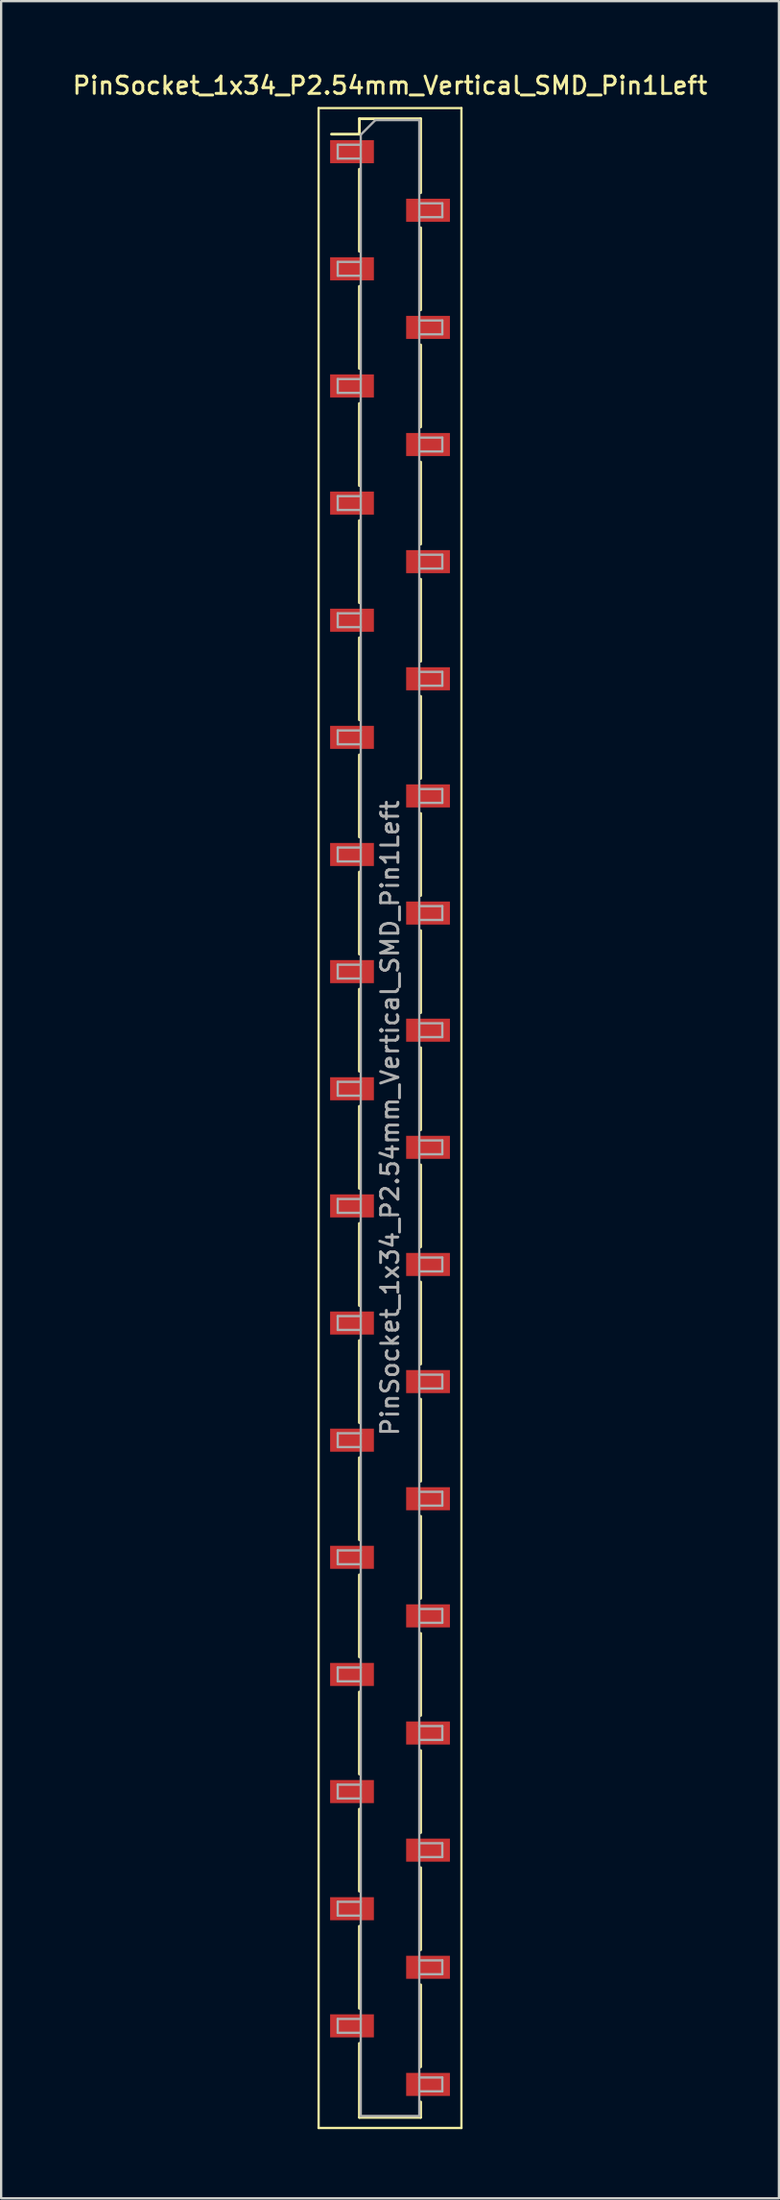
<source format=kicad_pcb>
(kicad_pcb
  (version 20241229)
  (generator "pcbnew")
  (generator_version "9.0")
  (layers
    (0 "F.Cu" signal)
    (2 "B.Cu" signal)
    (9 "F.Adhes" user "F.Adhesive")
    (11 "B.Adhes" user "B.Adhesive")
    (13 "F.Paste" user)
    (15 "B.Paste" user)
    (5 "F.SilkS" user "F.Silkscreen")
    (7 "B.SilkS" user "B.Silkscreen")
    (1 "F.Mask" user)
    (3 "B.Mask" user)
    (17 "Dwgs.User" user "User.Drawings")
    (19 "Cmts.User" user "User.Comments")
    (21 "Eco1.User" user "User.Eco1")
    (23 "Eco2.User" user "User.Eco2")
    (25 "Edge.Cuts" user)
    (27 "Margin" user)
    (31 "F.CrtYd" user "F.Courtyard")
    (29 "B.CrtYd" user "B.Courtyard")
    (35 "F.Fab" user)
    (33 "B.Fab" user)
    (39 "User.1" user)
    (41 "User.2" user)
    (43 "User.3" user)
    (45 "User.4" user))
  (footprint "PinSocket_1x34_P2.54mm_Vertical_SMD_Pin1Left"
    (layer "F.Cu")
    (at 13.88 45.438)
    (property "Reference" "PinSocket_1x34_P2.54mm_Vertical_SMD_Pin1Left" (at 0 -44.78 0) (layer "F.SilkS") (effects (font (size 0.75 0.75) (thickness 0.125))))
    (attr smd)
    (fp_line (start -3.1 -43.8) (end 3.1 -43.8) (stroke (width 0.1) (type solid)) (layer "F.SilkS"))
    (fp_line (start -3.1 43.8) (end -3.1 -43.8) (stroke (width 0.1) (type solid)) (layer "F.SilkS"))
    (fp_line (start -2.54 -42.67) (end -1.33 -42.67) (stroke (width 0.12) (type solid)) (layer "F.SilkS"))
    (fp_line (start -1.33 -43.34) (end -1.33 -42.67) (stroke (width 0.12) (type solid)) (layer "F.SilkS"))
    (fp_line (start -1.33 -43.34) (end 1.33 -43.34) (stroke (width 0.12) (type solid)) (layer "F.SilkS"))
    (fp_line (start -1.33 -41.15) (end -1.33 -37.59) (stroke (width 0.12) (type solid)) (layer "F.SilkS"))
    (fp_line (start -1.33 -36.07) (end -1.33 -32.51) (stroke (width 0.12) (type solid)) (layer "F.SilkS"))
    (fp_line (start -1.33 -30.99) (end -1.33 -27.43) (stroke (width 0.12) (type solid)) (layer "F.SilkS"))
    (fp_line (start -1.33 -25.91) (end -1.33 -22.35) (stroke (width 0.12) (type solid)) (layer "F.SilkS"))
    (fp_line (start -1.33 -20.83) (end -1.33 -17.27) (stroke (width 0.12) (type solid)) (layer "F.SilkS"))
    (fp_line (start -1.33 -15.75) (end -1.33 -12.19) (stroke (width 0.12) (type solid)) (layer "F.SilkS"))
    (fp_line (start -1.33 -10.67) (end -1.33 -7.11) (stroke (width 0.12) (type solid)) (layer "F.SilkS"))
    (fp_line (start -1.33 -5.59) (end -1.33 -2.03) (stroke (width 0.12) (type solid)) (layer "F.SilkS"))
    (fp_line (start -1.33 -0.51) (end -1.33 3.05) (stroke (width 0.12) (type solid)) (layer "F.SilkS"))
    (fp_line (start -1.33 4.57) (end -1.33 8.13) (stroke (width 0.12) (type solid)) (layer "F.SilkS"))
    (fp_line (start -1.33 9.65) (end -1.33 13.21) (stroke (width 0.12) (type solid)) (layer "F.SilkS"))
    (fp_line (start -1.33 14.73) (end -1.33 18.29) (stroke (width 0.12) (type solid)) (layer "F.SilkS"))
    (fp_line (start -1.33 19.81) (end -1.33 23.37) (stroke (width 0.12) (type solid)) (layer "F.SilkS"))
    (fp_line (start -1.33 24.89) (end -1.33 28.45) (stroke (width 0.12) (type solid)) (layer "F.SilkS"))
    (fp_line (start -1.33 29.97) (end -1.33 33.53) (stroke (width 0.12) (type solid)) (layer "F.SilkS"))
    (fp_line (start -1.33 35.05) (end -1.33 38.61) (stroke (width 0.12) (type solid)) (layer "F.SilkS"))
    (fp_line (start -1.33 40.13) (end -1.33 43.34) (stroke (width 0.12) (type solid)) (layer "F.SilkS"))
    (fp_line (start -1.33 43.34) (end 1.33 43.34) (stroke (width 0.12) (type solid)) (layer "F.SilkS"))
    (fp_line (start 1.33 -43.34) (end 1.33 -40.13) (stroke (width 0.12) (type solid)) (layer "F.SilkS"))
    (fp_line (start 1.33 -38.61) (end 1.33 -35.05) (stroke (width 0.12) (type solid)) (layer "F.SilkS"))
    (fp_line (start 1.33 -33.53) (end 1.33 -29.97) (stroke (width 0.12) (type solid)) (layer "F.SilkS"))
    (fp_line (start 1.33 -28.45) (end 1.33 -24.89) (stroke (width 0.12) (type solid)) (layer "F.SilkS"))
    (fp_line (start 1.33 -23.37) (end 1.33 -19.81) (stroke (width 0.12) (type solid)) (layer "F.SilkS"))
    (fp_line (start 1.33 -18.29) (end 1.33 -14.73) (stroke (width 0.12) (type solid)) (layer "F.SilkS"))
    (fp_line (start 1.33 -13.21) (end 1.33 -9.65) (stroke (width 0.12) (type solid)) (layer "F.SilkS"))
    (fp_line (start 1.33 -8.13) (end 1.33 -4.57) (stroke (width 0.12) (type solid)) (layer "F.SilkS"))
    (fp_line (start 1.33 -3.05) (end 1.33 0.51) (stroke (width 0.12) (type solid)) (layer "F.SilkS"))
    (fp_line (start 1.33 2.03) (end 1.33 5.59) (stroke (width 0.12) (type solid)) (layer "F.SilkS"))
    (fp_line (start 1.33 7.11) (end 1.33 10.67) (stroke (width 0.12) (type solid)) (layer "F.SilkS"))
    (fp_line (start 1.33 12.19) (end 1.33 15.75) (stroke (width 0.12) (type solid)) (layer "F.SilkS"))
    (fp_line (start 1.33 17.27) (end 1.33 20.83) (stroke (width 0.12) (type solid)) (layer "F.SilkS"))
    (fp_line (start 1.33 22.35) (end 1.33 25.91) (stroke (width 0.12) (type solid)) (layer "F.SilkS"))
    (fp_line (start 1.33 27.43) (end 1.33 30.99) (stroke (width 0.12) (type solid)) (layer "F.SilkS"))
    (fp_line (start 1.33 32.51) (end 1.33 36.07) (stroke (width 0.12) (type solid)) (layer "F.SilkS"))
    (fp_line (start 1.33 37.59) (end 1.33 41.15) (stroke (width 0.12) (type solid)) (layer "F.SilkS"))
    (fp_line (start 1.33 42.67) (end 1.33 43.34) (stroke (width 0.12) (type solid)) (layer "F.SilkS"))
    (fp_line (start 3.1 -43.8) (end 3.1 43.8) (stroke (width 0.1) (type solid)) (layer "F.SilkS"))
    (fp_line (start 3.1 43.8) (end -3.1 43.8) (stroke (width 0.1) (type solid)) (layer "F.SilkS"))
    (fp_line (start -2.27 -42.21) (end -1.27 -42.21) (stroke (width 0.1) (type solid)) (layer "F.Fab"))
    (fp_line (start -2.27 -41.61) (end -2.27 -42.21) (stroke (width 0.1) (type solid)) (layer "F.Fab"))
    (fp_line (start -2.27 -37.13) (end -1.27 -37.13) (stroke (width 0.1) (type solid)) (layer "F.Fab"))
    (fp_line (start -2.27 -36.53) (end -2.27 -37.13) (stroke (width 0.1) (type solid)) (layer "F.Fab"))
    (fp_line (start -2.27 -32.05) (end -1.27 -32.05) (stroke (width 0.1) (type solid)) (layer "F.Fab"))
    (fp_line (start -2.27 -31.45) (end -2.27 -32.05) (stroke (width 0.1) (type solid)) (layer "F.Fab"))
    (fp_line (start -2.27 -26.97) (end -1.27 -26.97) (stroke (width 0.1) (type solid)) (layer "F.Fab"))
    (fp_line (start -2.27 -26.37) (end -2.27 -26.97) (stroke (width 0.1) (type solid)) (layer "F.Fab"))
    (fp_line (start -2.27 -21.89) (end -1.27 -21.89) (stroke (width 0.1) (type solid)) (layer "F.Fab"))
    (fp_line (start -2.27 -21.29) (end -2.27 -21.89) (stroke (width 0.1) (type solid)) (layer "F.Fab"))
    (fp_line (start -2.27 -16.81) (end -1.27 -16.81) (stroke (width 0.1) (type solid)) (layer "F.Fab"))
    (fp_line (start -2.27 -16.21) (end -2.27 -16.81) (stroke (width 0.1) (type solid)) (layer "F.Fab"))
    (fp_line (start -2.27 -11.73) (end -1.27 -11.73) (stroke (width 0.1) (type solid)) (layer "F.Fab"))
    (fp_line (start -2.27 -11.13) (end -2.27 -11.73) (stroke (width 0.1) (type solid)) (layer "F.Fab"))
    (fp_line (start -2.27 -6.65) (end -1.27 -6.65) (stroke (width 0.1) (type solid)) (layer "F.Fab"))
    (fp_line (start -2.27 -6.05) (end -2.27 -6.65) (stroke (width 0.1) (type solid)) (layer "F.Fab"))
    (fp_line (start -2.27 -1.57) (end -1.27 -1.57) (stroke (width 0.1) (type solid)) (layer "F.Fab"))
    (fp_line (start -2.27 -0.97) (end -2.27 -1.57) (stroke (width 0.1) (type solid)) (layer "F.Fab"))
    (fp_line (start -2.27 3.51) (end -1.27 3.51) (stroke (width 0.1) (type solid)) (layer "F.Fab"))
    (fp_line (start -2.27 4.11) (end -2.27 3.51) (stroke (width 0.1) (type solid)) (layer "F.Fab"))
    (fp_line (start -2.27 8.59) (end -1.27 8.59) (stroke (width 0.1) (type solid)) (layer "F.Fab"))
    (fp_line (start -2.27 9.19) (end -2.27 8.59) (stroke (width 0.1) (type solid)) (layer "F.Fab"))
    (fp_line (start -2.27 13.67) (end -1.27 13.67) (stroke (width 0.1) (type solid)) (layer "F.Fab"))
    (fp_line (start -2.27 14.27) (end -2.27 13.67) (stroke (width 0.1) (type solid)) (layer "F.Fab"))
    (fp_line (start -2.27 18.75) (end -1.27 18.75) (stroke (width 0.1) (type solid)) (layer "F.Fab"))
    (fp_line (start -2.27 19.35) (end -2.27 18.75) (stroke (width 0.1) (type solid)) (layer "F.Fab"))
    (fp_line (start -2.27 23.83) (end -1.27 23.83) (stroke (width 0.1) (type solid)) (layer "F.Fab"))
    (fp_line (start -2.27 24.43) (end -2.27 23.83) (stroke (width 0.1) (type solid)) (layer "F.Fab"))
    (fp_line (start -2.27 28.91) (end -1.27 28.91) (stroke (width 0.1) (type solid)) (layer "F.Fab"))
    (fp_line (start -2.27 29.51) (end -2.27 28.91) (stroke (width 0.1) (type solid)) (layer "F.Fab"))
    (fp_line (start -2.27 33.99) (end -1.27 33.99) (stroke (width 0.1) (type solid)) (layer "F.Fab"))
    (fp_line (start -2.27 34.59) (end -2.27 33.99) (stroke (width 0.1) (type solid)) (layer "F.Fab"))
    (fp_line (start -2.27 39.07) (end -1.27 39.07) (stroke (width 0.1) (type solid)) (layer "F.Fab"))
    (fp_line (start -2.27 39.67) (end -2.27 39.07) (stroke (width 0.1) (type solid)) (layer "F.Fab"))
    (fp_line (start -1.27 -42.645) (end -0.635 -43.28) (stroke (width 0.1) (type solid)) (layer "F.Fab"))
    (fp_line (start -1.27 -41.61) (end -2.27 -41.61) (stroke (width 0.1) (type solid)) (layer "F.Fab"))
    (fp_line (start -1.27 -36.53) (end -2.27 -36.53) (stroke (width 0.1) (type solid)) (layer "F.Fab"))
    (fp_line (start -1.27 -31.45) (end -2.27 -31.45) (stroke (width 0.1) (type solid)) (layer "F.Fab"))
    (fp_line (start -1.27 -26.37) (end -2.27 -26.37) (stroke (width 0.1) (type solid)) (layer "F.Fab"))
    (fp_line (start -1.27 -21.29) (end -2.27 -21.29) (stroke (width 0.1) (type solid)) (layer "F.Fab"))
    (fp_line (start -1.27 -16.21) (end -2.27 -16.21) (stroke (width 0.1) (type solid)) (layer "F.Fab"))
    (fp_line (start -1.27 -11.13) (end -2.27 -11.13) (stroke (width 0.1) (type solid)) (layer "F.Fab"))
    (fp_line (start -1.27 -6.05) (end -2.27 -6.05) (stroke (width 0.1) (type solid)) (layer "F.Fab"))
    (fp_line (start -1.27 -0.97) (end -2.27 -0.97) (stroke (width 0.1) (type solid)) (layer "F.Fab"))
    (fp_line (start -1.27 4.11) (end -2.27 4.11) (stroke (width 0.1) (type solid)) (layer "F.Fab"))
    (fp_line (start -1.27 9.19) (end -2.27 9.19) (stroke (width 0.1) (type solid)) (layer "F.Fab"))
    (fp_line (start -1.27 14.27) (end -2.27 14.27) (stroke (width 0.1) (type solid)) (layer "F.Fab"))
    (fp_line (start -1.27 19.35) (end -2.27 19.35) (stroke (width 0.1) (type solid)) (layer "F.Fab"))
    (fp_line (start -1.27 24.43) (end -2.27 24.43) (stroke (width 0.1) (type solid)) (layer "F.Fab"))
    (fp_line (start -1.27 29.51) (end -2.27 29.51) (stroke (width 0.1) (type solid)) (layer "F.Fab"))
    (fp_line (start -1.27 34.59) (end -2.27 34.59) (stroke (width 0.1) (type solid)) (layer "F.Fab"))
    (fp_line (start -1.27 39.67) (end -2.27 39.67) (stroke (width 0.1) (type solid)) (layer "F.Fab"))
    (fp_line (start -1.27 43.28) (end -1.27 -42.645) (stroke (width 0.1) (type solid)) (layer "F.Fab"))
    (fp_line (start -0.635 -43.28) (end 1.27 -43.28) (stroke (width 0.1) (type solid)) (layer "F.Fab"))
    (fp_line (start 1.27 -43.28) (end 1.27 43.28) (stroke (width 0.1) (type solid)) (layer "F.Fab"))
    (fp_line (start 1.27 -39.67) (end 2.27 -39.67) (stroke (width 0.1) (type solid)) (layer "F.Fab"))
    (fp_line (start 1.27 -34.59) (end 2.27 -34.59) (stroke (width 0.1) (type solid)) (layer "F.Fab"))
    (fp_line (start 1.27 -29.51) (end 2.27 -29.51) (stroke (width 0.1) (type solid)) (layer "F.Fab"))
    (fp_line (start 1.27 -24.43) (end 2.27 -24.43) (stroke (width 0.1) (type solid)) (layer "F.Fab"))
    (fp_line (start 1.27 -19.35) (end 2.27 -19.35) (stroke (width 0.1) (type solid)) (layer "F.Fab"))
    (fp_line (start 1.27 -14.27) (end 2.27 -14.27) (stroke (width 0.1) (type solid)) (layer "F.Fab"))
    (fp_line (start 1.27 -9.19) (end 2.27 -9.19) (stroke (width 0.1) (type solid)) (layer "F.Fab"))
    (fp_line (start 1.27 -4.11) (end 2.27 -4.11) (stroke (width 0.1) (type solid)) (layer "F.Fab"))
    (fp_line (start 1.27 0.97) (end 2.27 0.97) (stroke (width 0.1) (type solid)) (layer "F.Fab"))
    (fp_line (start 1.27 6.05) (end 2.27 6.05) (stroke (width 0.1) (type solid)) (layer "F.Fab"))
    (fp_line (start 1.27 11.13) (end 2.27 11.13) (stroke (width 0.1) (type solid)) (layer "F.Fab"))
    (fp_line (start 1.27 16.21) (end 2.27 16.21) (stroke (width 0.1) (type solid)) (layer "F.Fab"))
    (fp_line (start 1.27 21.29) (end 2.27 21.29) (stroke (width 0.1) (type solid)) (layer "F.Fab"))
    (fp_line (start 1.27 26.37) (end 2.27 26.37) (stroke (width 0.1) (type solid)) (layer "F.Fab"))
    (fp_line (start 1.27 31.45) (end 2.27 31.45) (stroke (width 0.1) (type solid)) (layer "F.Fab"))
    (fp_line (start 1.27 36.53) (end 2.27 36.53) (stroke (width 0.1) (type solid)) (layer "F.Fab"))
    (fp_line (start 1.27 41.61) (end 2.27 41.61) (stroke (width 0.1) (type solid)) (layer "F.Fab"))
    (fp_line (start 1.27 43.28) (end -1.27 43.28) (stroke (width 0.1) (type solid)) (layer "F.Fab"))
    (fp_line (start 2.27 -39.67) (end 2.27 -39.07) (stroke (width 0.1) (type solid)) (layer "F.Fab"))
    (fp_line (start 2.27 -39.07) (end 1.27 -39.07) (stroke (width 0.1) (type solid)) (layer "F.Fab"))
    (fp_line (start 2.27 -34.59) (end 2.27 -33.99) (stroke (width 0.1) (type solid)) (layer "F.Fab"))
    (fp_line (start 2.27 -33.99) (end 1.27 -33.99) (stroke (width 0.1) (type solid)) (layer "F.Fab"))
    (fp_line (start 2.27 -29.51) (end 2.27 -28.91) (stroke (width 0.1) (type solid)) (layer "F.Fab"))
    (fp_line (start 2.27 -28.91) (end 1.27 -28.91) (stroke (width 0.1) (type solid)) (layer "F.Fab"))
    (fp_line (start 2.27 -24.43) (end 2.27 -23.83) (stroke (width 0.1) (type solid)) (layer "F.Fab"))
    (fp_line (start 2.27 -23.83) (end 1.27 -23.83) (stroke (width 0.1) (type solid)) (layer "F.Fab"))
    (fp_line (start 2.27 -19.35) (end 2.27 -18.75) (stroke (width 0.1) (type solid)) (layer "F.Fab"))
    (fp_line (start 2.27 -18.75) (end 1.27 -18.75) (stroke (width 0.1) (type solid)) (layer "F.Fab"))
    (fp_line (start 2.27 -14.27) (end 2.27 -13.67) (stroke (width 0.1) (type solid)) (layer "F.Fab"))
    (fp_line (start 2.27 -13.67) (end 1.27 -13.67) (stroke (width 0.1) (type solid)) (layer "F.Fab"))
    (fp_line (start 2.27 -9.19) (end 2.27 -8.59) (stroke (width 0.1) (type solid)) (layer "F.Fab"))
    (fp_line (start 2.27 -8.59) (end 1.27 -8.59) (stroke (width 0.1) (type solid)) (layer "F.Fab"))
    (fp_line (start 2.27 -4.11) (end 2.27 -3.51) (stroke (width 0.1) (type solid)) (layer "F.Fab"))
    (fp_line (start 2.27 -3.51) (end 1.27 -3.51) (stroke (width 0.1) (type solid)) (layer "F.Fab"))
    (fp_line (start 2.27 0.97) (end 2.27 1.57) (stroke (width 0.1) (type solid)) (layer "F.Fab"))
    (fp_line (start 2.27 1.57) (end 1.27 1.57) (stroke (width 0.1) (type solid)) (layer "F.Fab"))
    (fp_line (start 2.27 6.05) (end 2.27 6.65) (stroke (width 0.1) (type solid)) (layer "F.Fab"))
    (fp_line (start 2.27 6.65) (end 1.27 6.65) (stroke (width 0.1) (type solid)) (layer "F.Fab"))
    (fp_line (start 2.27 11.13) (end 2.27 11.73) (stroke (width 0.1) (type solid)) (layer "F.Fab"))
    (fp_line (start 2.27 11.73) (end 1.27 11.73) (stroke (width 0.1) (type solid)) (layer "F.Fab"))
    (fp_line (start 2.27 16.21) (end 2.27 16.81) (stroke (width 0.1) (type solid)) (layer "F.Fab"))
    (fp_line (start 2.27 16.81) (end 1.27 16.81) (stroke (width 0.1) (type solid)) (layer "F.Fab"))
    (fp_line (start 2.27 21.29) (end 2.27 21.89) (stroke (width 0.1) (type solid)) (layer "F.Fab"))
    (fp_line (start 2.27 21.89) (end 1.27 21.89) (stroke (width 0.1) (type solid)) (layer "F.Fab"))
    (fp_line (start 2.27 26.37) (end 2.27 26.97) (stroke (width 0.1) (type solid)) (layer "F.Fab"))
    (fp_line (start 2.27 26.97) (end 1.27 26.97) (stroke (width 0.1) (type solid)) (layer "F.Fab"))
    (fp_line (start 2.27 31.45) (end 2.27 32.05) (stroke (width 0.1) (type solid)) (layer "F.Fab"))
    (fp_line (start 2.27 32.05) (end 1.27 32.05) (stroke (width 0.1) (type solid)) (layer "F.Fab"))
    (fp_line (start 2.27 36.53) (end 2.27 37.13) (stroke (width 0.1) (type solid)) (layer "F.Fab"))
    (fp_line (start 2.27 37.13) (end 1.27 37.13) (stroke (width 0.1) (type solid)) (layer "F.Fab"))
    (fp_line (start 2.27 41.61) (end 2.27 42.21) (stroke (width 0.1) (type solid)) (layer "F.Fab"))
    (fp_line (start 2.27 42.21) (end 1.27 42.21) (stroke (width 0.1) (type solid)) (layer "F.Fab"))
    (fp_text user "${REFERENCE}" (at 0 0 90) (layer "F.Fab") (effects (font (size 0.75 0.75) (thickness 0.125))))
    (pad "1" smd rect (at -1.65 -41.91) (size 1.9 1) (layers "F.Cu" "F.Mask" "F.Paste"))
    (pad "2" smd rect (at 1.65 -39.37) (size 1.9 1) (layers "F.Cu" "F.Mask" "F.Paste"))
    (pad "3" smd rect (at -1.65 -36.83) (size 1.9 1) (layers "F.Cu" "F.Mask" "F.Paste"))
    (pad "4" smd rect (at 1.65 -34.29) (size 1.9 1) (layers "F.Cu" "F.Mask" "F.Paste"))
    (pad "5" smd rect (at -1.65 -31.75) (size 1.9 1) (layers "F.Cu" "F.Mask" "F.Paste"))
    (pad "6" smd rect (at 1.65 -29.21) (size 1.9 1) (layers "F.Cu" "F.Mask" "F.Paste"))
    (pad "7" smd rect (at -1.65 -26.67) (size 1.9 1) (layers "F.Cu" "F.Mask" "F.Paste"))
    (pad "8" smd rect (at 1.65 -24.13) (size 1.9 1) (layers "F.Cu" "F.Mask" "F.Paste"))
    (pad "9" smd rect (at -1.65 -21.59) (size 1.9 1) (layers "F.Cu" "F.Mask" "F.Paste"))
    (pad "10" smd rect (at 1.65 -19.05) (size 1.9 1) (layers "F.Cu" "F.Mask" "F.Paste"))
    (pad "11" smd rect (at -1.65 -16.51) (size 1.9 1) (layers "F.Cu" "F.Mask" "F.Paste"))
    (pad "12" smd rect (at 1.65 -13.97) (size 1.9 1) (layers "F.Cu" "F.Mask" "F.Paste"))
    (pad "13" smd rect (at -1.65 -11.43) (size 1.9 1) (layers "F.Cu" "F.Mask" "F.Paste"))
    (pad "14" smd rect (at 1.65 -8.89) (size 1.9 1) (layers "F.Cu" "F.Mask" "F.Paste"))
    (pad "15" smd rect (at -1.65 -6.35) (size 1.9 1) (layers "F.Cu" "F.Mask" "F.Paste"))
    (pad "16" smd rect (at 1.65 -3.81) (size 1.9 1) (layers "F.Cu" "F.Mask" "F.Paste"))
    (pad "17" smd rect (at -1.65 -1.27) (size 1.9 1) (layers "F.Cu" "F.Mask" "F.Paste"))
    (pad "18" smd rect (at 1.65 1.27) (size 1.9 1) (layers "F.Cu" "F.Mask" "F.Paste"))
    (pad "19" smd rect (at -1.65 3.81) (size 1.9 1) (layers "F.Cu" "F.Mask" "F.Paste"))
    (pad "20" smd rect (at 1.65 6.35) (size 1.9 1) (layers "F.Cu" "F.Mask" "F.Paste"))
    (pad "21" smd rect (at -1.65 8.89) (size 1.9 1) (layers "F.Cu" "F.Mask" "F.Paste"))
    (pad "22" smd rect (at 1.65 11.43) (size 1.9 1) (layers "F.Cu" "F.Mask" "F.Paste"))
    (pad "23" smd rect (at -1.65 13.97) (size 1.9 1) (layers "F.Cu" "F.Mask" "F.Paste"))
    (pad "24" smd rect (at 1.65 16.51) (size 1.9 1) (layers "F.Cu" "F.Mask" "F.Paste"))
    (pad "25" smd rect (at -1.65 19.05) (size 1.9 1) (layers "F.Cu" "F.Mask" "F.Paste"))
    (pad "26" smd rect (at 1.65 21.59) (size 1.9 1) (layers "F.Cu" "F.Mask" "F.Paste"))
    (pad "27" smd rect (at -1.65 24.13) (size 1.9 1) (layers "F.Cu" "F.Mask" "F.Paste"))
    (pad "28" smd rect (at 1.65 26.67) (size 1.9 1) (layers "F.Cu" "F.Mask" "F.Paste"))
    (pad "29" smd rect (at -1.65 29.21) (size 1.9 1) (layers "F.Cu" "F.Mask" "F.Paste"))
    (pad "30" smd rect (at 1.65 31.75) (size 1.9 1) (layers "F.Cu" "F.Mask" "F.Paste"))
    (pad "31" smd rect (at -1.65 34.29) (size 1.9 1) (layers "F.Cu" "F.Mask" "F.Paste"))
    (pad "32" smd rect (at 1.65 36.83) (size 1.9 1) (layers "F.Cu" "F.Mask" "F.Paste"))
    (pad "33" smd rect (at -1.65 39.37) (size 1.9 1) (layers "F.Cu" "F.Mask" "F.Paste"))
    (pad "34" smd rect (at 1.65 41.91) (size 1.9 1) (layers "F.Cu" "F.Mask" "F.Paste")))
  (gr_rect
    (start -3 -3)
    (end 30.761 92.288)
    (stroke (width 0.1) (type default))
    (fill no)
    (layer "Edge.Cuts")))
</source>
